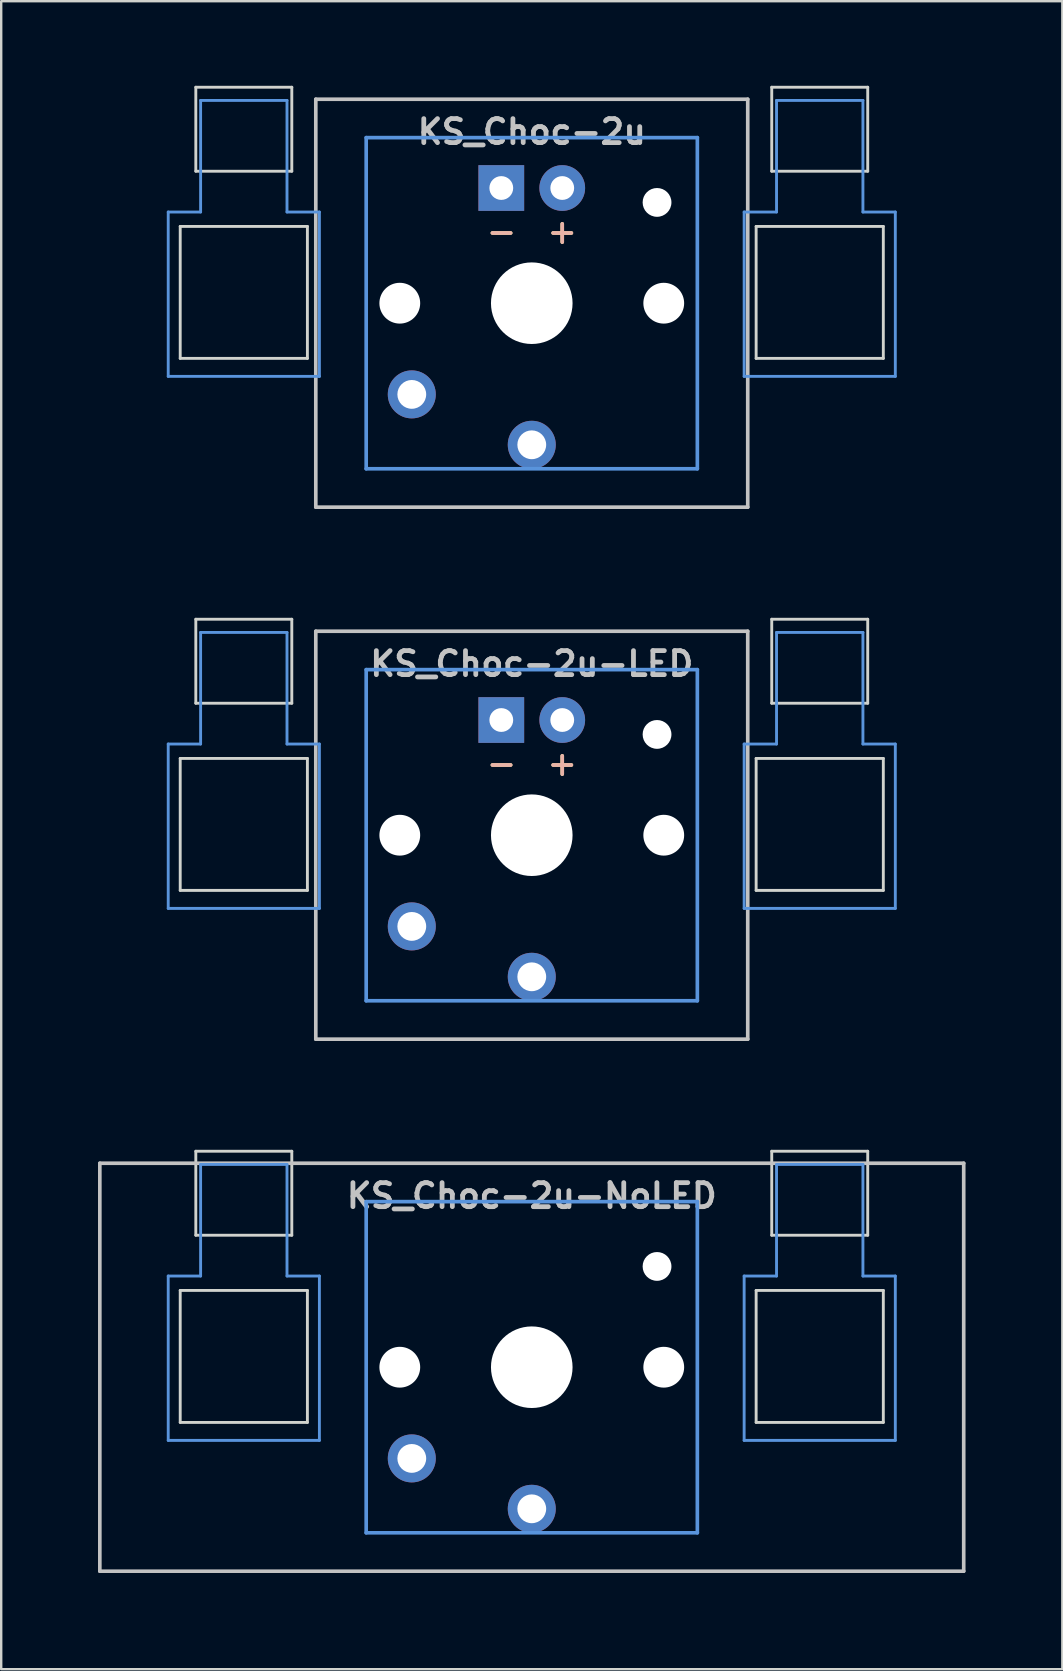
<source format=kicad_pcb>
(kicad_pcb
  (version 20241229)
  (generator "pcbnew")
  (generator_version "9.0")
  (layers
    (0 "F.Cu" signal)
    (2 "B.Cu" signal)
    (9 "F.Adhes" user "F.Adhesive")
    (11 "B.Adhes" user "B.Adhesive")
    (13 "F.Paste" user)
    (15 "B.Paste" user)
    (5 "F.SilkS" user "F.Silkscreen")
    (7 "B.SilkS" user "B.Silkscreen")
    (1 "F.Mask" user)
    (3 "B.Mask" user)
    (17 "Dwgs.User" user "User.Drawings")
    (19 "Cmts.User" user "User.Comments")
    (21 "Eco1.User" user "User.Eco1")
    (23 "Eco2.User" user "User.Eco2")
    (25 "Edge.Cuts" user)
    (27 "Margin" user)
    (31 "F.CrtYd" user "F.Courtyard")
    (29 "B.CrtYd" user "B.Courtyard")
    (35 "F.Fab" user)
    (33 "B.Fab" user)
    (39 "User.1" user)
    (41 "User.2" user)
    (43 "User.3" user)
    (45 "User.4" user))
  (footprint "KS_Choc-2u-LED"
    (layer "F.Cu")
    (at 19.11 31.755)
    (property "Reference" "KS_Choc-2u-LED" (at 0 -7.144 180) (layer "Dwgs.User") (effects (font (size 1 1) (thickness 0.2))))
    (attr through_hole)
    (fp_line (start -9 -8.5) (end 9 -8.5) (stroke (width 0.152) (type solid)) (layer "Dwgs.User"))
    (fp_line (start -9 8.5) (end -9 -8.5) (stroke (width 0.152) (type solid)) (layer "Dwgs.User"))
    (fp_line (start 9 -8.5) (end 9 8.5) (stroke (width 0.152) (type solid)) (layer "Dwgs.User"))
    (fp_line (start 9 8.5) (end -9 8.5) (stroke (width 0.152) (type solid)) (layer "Dwgs.User"))
    (fp_line (start -15.15 -3.8) (end -13.8 -3.8) (stroke (width 0.12) (type solid)) (layer "Cmts.User"))
    (fp_line (start -15.15 3.05) (end -15.15 -3.8) (stroke (width 0.12) (type solid)) (layer "Cmts.User"))
    (fp_line (start -15.15 3.05) (end -8.85 3.05) (stroke (width 0.12) (type solid)) (layer "Cmts.User"))
    (fp_line (start -13.8 -8.45) (end -13.8 -3.8) (stroke (width 0.12) (type solid)) (layer "Cmts.User"))
    (fp_line (start -13.8 -8.45) (end -10.2 -8.45) (stroke (width 0.12) (type solid)) (layer "Cmts.User"))
    (fp_line (start -10.2 -8.45) (end -10.2 -3.8) (stroke (width 0.12) (type solid)) (layer "Cmts.User"))
    (fp_line (start -10.2 -3.8) (end -8.85 -3.8) (stroke (width 0.12) (type solid)) (layer "Cmts.User"))
    (fp_line (start -8.85 3.05) (end -8.85 -3.8) (stroke (width 0.12) (type solid)) (layer "Cmts.User"))
    (fp_line (start -6.9 -6.9) (end 6.9 -6.9) (stroke (width 0.152) (type solid)) (layer "Cmts.User"))
    (fp_line (start -6.9 6.9) (end -6.9 -6.9) (stroke (width 0.152) (type solid)) (layer "Cmts.User"))
    (fp_line (start 6.9 -6.9) (end 6.9 6.9) (stroke (width 0.152) (type solid)) (layer "Cmts.User"))
    (fp_line (start 6.9 6.9) (end -6.9 6.9) (stroke (width 0.152) (type solid)) (layer "Cmts.User"))
    (fp_line (start 8.85 -3.8) (end 10.2 -3.8) (stroke (width 0.12) (type solid)) (layer "Cmts.User"))
    (fp_line (start 8.85 3.05) (end 8.85 -3.8) (stroke (width 0.12) (type solid)) (layer "Cmts.User"))
    (fp_line (start 8.85 3.05) (end 15.15 3.05) (stroke (width 0.12) (type solid)) (layer "Cmts.User"))
    (fp_line (start 10.2 -8.45) (end 10.2 -3.8) (stroke (width 0.12) (type solid)) (layer "Cmts.User"))
    (fp_line (start 10.2 -8.45) (end 13.8 -8.45) (stroke (width 0.12) (type solid)) (layer "Cmts.User"))
    (fp_line (start 13.8 -8.45) (end 13.8 -3.8) (stroke (width 0.12) (type solid)) (layer "Cmts.User"))
    (fp_line (start 13.8 -3.8) (end 15.15 -3.8) (stroke (width 0.12) (type solid)) (layer "Cmts.User"))
    (fp_line (start 15.15 3.05) (end 15.15 -3.8) (stroke (width 0.12) (type solid)) (layer "Cmts.User"))
    (fp_line (start -19.05 -9.525) (end -19.05 9.525) (stroke (width 0.12) (type solid)) (layer "Eco1.User"))
    (fp_line (start -19.05 -9.525) (end 19.05 -9.525) (stroke (width 0.12) (type solid)) (layer "Eco1.User"))
    (fp_line (start -19.05 9.525) (end 19.05 9.525) (stroke (width 0.12) (type solid)) (layer "Eco1.User"))
    (fp_line (start 19.05 -9.525) (end 19.05 9.525) (stroke (width 0.12) (type solid)) (layer "Eco1.User"))
    (fp_line (start -7.5 -7.5) (end 7.5 -7.5) (stroke (width 0.152) (type solid)) (layer "Eco2.User"))
    (fp_line (start -7.5 7.5) (end -7.5 -7.5) (stroke (width 0.152) (type solid)) (layer "Eco2.User"))
    (fp_line (start 7.5 -7.5) (end 7.5 7.5) (stroke (width 0.152) (type solid)) (layer "Eco2.User"))
    (fp_line (start 7.5 7.5) (end -7.5 7.5) (stroke (width 0.152) (type solid)) (layer "Eco2.User"))
    (fp_line (start -14.65 -3.2) (end -14.65 2.3) (stroke (width 0.12) (type solid)) (layer "Edge.Cuts"))
    (fp_line (start -14.65 -3.2) (end -9.35 -3.2) (stroke (width 0.12) (type solid)) (layer "Edge.Cuts"))
    (fp_line (start -14.65 2.3) (end -9.35 2.3) (stroke (width 0.12) (type solid)) (layer "Edge.Cuts"))
    (fp_line (start -14 -9) (end -14 -5.5) (stroke (width 0.12) (type solid)) (layer "Edge.Cuts"))
    (fp_line (start -14 -9) (end -10 -9) (stroke (width 0.12) (type solid)) (layer "Edge.Cuts"))
    (fp_line (start -14 -5.5) (end -10 -5.5) (stroke (width 0.12) (type solid)) (layer "Edge.Cuts"))
    (fp_line (start -10 -5.5) (end -10 -9) (stroke (width 0.12) (type solid)) (layer "Edge.Cuts"))
    (fp_line (start -9.35 2.3) (end -9.35 -3.2) (stroke (width 0.12) (type solid)) (layer "Edge.Cuts"))
    (fp_line (start 9.35 -3.2) (end 9.35 2.3) (stroke (width 0.12) (type solid)) (layer "Edge.Cuts"))
    (fp_line (start 9.35 -3.2) (end 14.65 -3.2) (stroke (width 0.12) (type solid)) (layer "Edge.Cuts"))
    (fp_line (start 9.35 2.3) (end 14.65 2.3) (stroke (width 0.12) (type solid)) (layer "Edge.Cuts"))
    (fp_line (start 10 -9) (end 10 -5.5) (stroke (width 0.12) (type solid)) (layer "Edge.Cuts"))
    (fp_line (start 10 -9) (end 14 -9) (stroke (width 0.12) (type solid)) (layer "Edge.Cuts"))
    (fp_line (start 10 -5.5) (end 14 -5.5) (stroke (width 0.12) (type solid)) (layer "Edge.Cuts"))
    (fp_line (start 14 -5.5) (end 14 -9) (stroke (width 0.12) (type solid)) (layer "Edge.Cuts"))
    (fp_line (start 14.65 2.3) (end 14.65 -3.2) (stroke (width 0.12) (type solid)) (layer "Edge.Cuts"))
    (fp_text user "+" (at 1.27 -3 180) (layer "F.SilkS") (effects (font (size 1 1) (thickness 0.15))))
    (fp_text user "-" (at -1.26 -3 180) (layer "F.SilkS") (effects (font (size 1 1) (thickness 0.15))))
    (fp_text user "+" (at 1.27 -3 180) (layer "B.SilkS") (effects (font (size 1 1) (thickness 0.15)) (justify mirror)))
    (fp_text user "-" (at -1.26 -3 180) (layer "B.SilkS") (effects (font (size 1 1) (thickness 0.15)) (justify mirror)))
    (pad "" np_thru_hole circle (at -5.5 0 180) (size 1.7 1.7) (drill 1.7) (layers "*.Cu" "*.Mask"))
    (pad "" np_thru_hole circle (at 0 0 180) (size 3.4 3.4) (drill 3.4) (layers "*.Cu" "*.Mask"))
    (pad "" np_thru_hole circle (at 5.22 -4.2 180) (size 1.2 1.2) (drill 1.2) (layers "*.Cu" "*.Mask"))
    (pad "" np_thru_hole circle (at 5.5 0 180) (size 1.7 1.7) (drill 1.7) (layers "*.Cu" "*.Mask"))
    (pad "1" thru_hole circle (at 0 5.9 180) (size 2 2) (drill 1.2) (layers "*.Cu" "*.Mask"))
    (pad "2" thru_hole circle (at -5 3.8 41.9) (size 2 2) (drill 1.2) (layers "*.Cu" "*.Mask"))
    (pad "3" thru_hole circle (at 1.27 -4.8 180) (size 1.905 1.905) (drill 0.991) (layers "*.Cu" "*.Mask"))
    (pad "4" thru_hole rect (at -1.27 -4.8 180) (size 1.905 1.905) (drill 0.991) (layers "*.Cu" "*.Mask")))
  (footprint "KS_Choc-2u"
    (layer "F.Cu")
    (at 19.11 9.585)
    (property "Reference" "KS_Choc-2u" (at 0 -7.144 180) (layer "Dwgs.User") (effects (font (size 1 1) (thickness 0.2))))
    (attr through_hole)
    (fp_line (start -9 -8.5) (end 9 -8.5) (stroke (width 0.152) (type solid)) (layer "Dwgs.User"))
    (fp_line (start -9 8.5) (end -9 -8.5) (stroke (width 0.152) (type solid)) (layer "Dwgs.User"))
    (fp_line (start 9 -8.5) (end 9 8.5) (stroke (width 0.152) (type solid)) (layer "Dwgs.User"))
    (fp_line (start 9 8.5) (end -9 8.5) (stroke (width 0.152) (type solid)) (layer "Dwgs.User"))
    (fp_line (start -15.15 -3.8) (end -13.8 -3.8) (stroke (width 0.12) (type solid)) (layer "Cmts.User"))
    (fp_line (start -15.15 3.05) (end -15.15 -3.8) (stroke (width 0.12) (type solid)) (layer "Cmts.User"))
    (fp_line (start -15.15 3.05) (end -8.85 3.05) (stroke (width 0.12) (type solid)) (layer "Cmts.User"))
    (fp_line (start -13.8 -8.45) (end -13.8 -3.8) (stroke (width 0.12) (type solid)) (layer "Cmts.User"))
    (fp_line (start -13.8 -8.45) (end -10.2 -8.45) (stroke (width 0.12) (type solid)) (layer "Cmts.User"))
    (fp_line (start -10.2 -8.45) (end -10.2 -3.8) (stroke (width 0.12) (type solid)) (layer "Cmts.User"))
    (fp_line (start -10.2 -3.8) (end -8.85 -3.8) (stroke (width 0.12) (type solid)) (layer "Cmts.User"))
    (fp_line (start -8.85 3.05) (end -8.85 -3.8) (stroke (width 0.12) (type solid)) (layer "Cmts.User"))
    (fp_line (start -6.9 -6.9) (end 6.9 -6.9) (stroke (width 0.152) (type solid)) (layer "Cmts.User"))
    (fp_line (start -6.9 6.9) (end -6.9 -6.9) (stroke (width 0.152) (type solid)) (layer "Cmts.User"))
    (fp_line (start 6.9 -6.9) (end 6.9 6.9) (stroke (width 0.152) (type solid)) (layer "Cmts.User"))
    (fp_line (start 6.9 6.9) (end -6.9 6.9) (stroke (width 0.152) (type solid)) (layer "Cmts.User"))
    (fp_line (start 8.85 -3.8) (end 10.2 -3.8) (stroke (width 0.12) (type solid)) (layer "Cmts.User"))
    (fp_line (start 8.85 3.05) (end 8.85 -3.8) (stroke (width 0.12) (type solid)) (layer "Cmts.User"))
    (fp_line (start 8.85 3.05) (end 15.15 3.05) (stroke (width 0.12) (type solid)) (layer "Cmts.User"))
    (fp_line (start 10.2 -8.45) (end 10.2 -3.8) (stroke (width 0.12) (type solid)) (layer "Cmts.User"))
    (fp_line (start 10.2 -8.45) (end 13.8 -8.45) (stroke (width 0.12) (type solid)) (layer "Cmts.User"))
    (fp_line (start 13.8 -8.45) (end 13.8 -3.8) (stroke (width 0.12) (type solid)) (layer "Cmts.User"))
    (fp_line (start 13.8 -3.8) (end 15.15 -3.8) (stroke (width 0.12) (type solid)) (layer "Cmts.User"))
    (fp_line (start 15.15 3.05) (end 15.15 -3.8) (stroke (width 0.12) (type solid)) (layer "Cmts.User"))
    (fp_line (start -19.05 -9.525) (end -19.05 9.525) (stroke (width 0.12) (type solid)) (layer "Eco1.User"))
    (fp_line (start -19.05 -9.525) (end 19.05 -9.525) (stroke (width 0.12) (type solid)) (layer "Eco1.User"))
    (fp_line (start -19.05 9.525) (end 19.05 9.525) (stroke (width 0.12) (type solid)) (layer "Eco1.User"))
    (fp_line (start 19.05 -9.525) (end 19.05 9.525) (stroke (width 0.12) (type solid)) (layer "Eco1.User"))
    (fp_line (start -7.5 -7.5) (end 7.5 -7.5) (stroke (width 0.152) (type solid)) (layer "Eco2.User"))
    (fp_line (start -7.5 7.5) (end -7.5 -7.5) (stroke (width 0.152) (type solid)) (layer "Eco2.User"))
    (fp_line (start 7.5 -7.5) (end 7.5 7.5) (stroke (width 0.152) (type solid)) (layer "Eco2.User"))
    (fp_line (start 7.5 7.5) (end -7.5 7.5) (stroke (width 0.152) (type solid)) (layer "Eco2.User"))
    (fp_line (start -14.65 -3.2) (end -14.65 2.3) (stroke (width 0.12) (type solid)) (layer "Edge.Cuts"))
    (fp_line (start -14.65 -3.2) (end -9.35 -3.2) (stroke (width 0.12) (type solid)) (layer "Edge.Cuts"))
    (fp_line (start -14.65 2.3) (end -9.35 2.3) (stroke (width 0.12) (type solid)) (layer "Edge.Cuts"))
    (fp_line (start -14 -9) (end -14 -5.5) (stroke (width 0.12) (type solid)) (layer "Edge.Cuts"))
    (fp_line (start -14 -9) (end -10 -9) (stroke (width 0.12) (type solid)) (layer "Edge.Cuts"))
    (fp_line (start -14 -5.5) (end -10 -5.5) (stroke (width 0.12) (type solid)) (layer "Edge.Cuts"))
    (fp_line (start -10 -5.5) (end -10 -9) (stroke (width 0.12) (type solid)) (layer "Edge.Cuts"))
    (fp_line (start -9.35 2.3) (end -9.35 -3.2) (stroke (width 0.12) (type solid)) (layer "Edge.Cuts"))
    (fp_line (start 9.35 -3.2) (end 9.35 2.3) (stroke (width 0.12) (type solid)) (layer "Edge.Cuts"))
    (fp_line (start 9.35 -3.2) (end 14.65 -3.2) (stroke (width 0.12) (type solid)) (layer "Edge.Cuts"))
    (fp_line (start 9.35 2.3) (end 14.65 2.3) (stroke (width 0.12) (type solid)) (layer "Edge.Cuts"))
    (fp_line (start 10 -9) (end 10 -5.5) (stroke (width 0.12) (type solid)) (layer "Edge.Cuts"))
    (fp_line (start 10 -9) (end 14 -9) (stroke (width 0.12) (type solid)) (layer "Edge.Cuts"))
    (fp_line (start 10 -5.5) (end 14 -5.5) (stroke (width 0.12) (type solid)) (layer "Edge.Cuts"))
    (fp_line (start 14 -5.5) (end 14 -9) (stroke (width 0.12) (type solid)) (layer "Edge.Cuts"))
    (fp_line (start 14.65 2.3) (end 14.65 -3.2) (stroke (width 0.12) (type solid)) (layer "Edge.Cuts"))
    (fp_text user "+" (at 1.27 -3 180) (layer "F.SilkS") (effects (font (size 1 1) (thickness 0.15))))
    (fp_text user "-" (at -1.26 -3 180) (layer "F.SilkS") (effects (font (size 1 1) (thickness 0.15))))
    (fp_text user "-" (at -1.26 -3 180) (layer "B.SilkS") (effects (font (size 1 1) (thickness 0.15)) (justify mirror)))
    (fp_text user "+" (at 1.27 -3 180) (layer "B.SilkS") (effects (font (size 1 1) (thickness 0.15)) (justify mirror)))
    (pad "" np_thru_hole circle (at -5.5 0 180) (size 1.7 1.7) (drill 1.7) (layers "*.Cu" "*.Mask"))
    (pad "" np_thru_hole circle (at 0 0 180) (size 3.4 3.4) (drill 3.4) (layers "*.Cu" "*.Mask"))
    (pad "" np_thru_hole circle (at 5.22 -4.2 180) (size 1.2 1.2) (drill 1.2) (layers "*.Cu" "*.Mask"))
    (pad "" np_thru_hole circle (at 5.5 0 180) (size 1.7 1.7) (drill 1.7) (layers "*.Cu" "*.Mask"))
    (pad "1" thru_hole circle (at 0 5.9 180) (size 2 2) (drill 1.2) (layers "*.Cu" "*.Mask"))
    (pad "2" thru_hole circle (at -5 3.8 41.9) (size 2 2) (drill 1.2) (layers "*.Cu" "*.Mask"))
    (pad "3" thru_hole circle (at 1.27 -4.8 180) (size 1.905 1.905) (drill 0.991) (layers "*.Cu" "*.Mask"))
    (pad "4" thru_hole rect (at -1.27 -4.8 180) (size 1.905 1.905) (drill 0.991) (layers "*.Cu" "*.Mask")))
  (footprint "KS_Choc-2u-NoLED"
    (layer "F.Cu")
    (at 19.11 53.925)
    (property "Reference" "KS_Choc-2u-NoLED" (at 0 -7.144 180) (layer "Dwgs.User") (effects (font (size 1 1) (thickness 0.2))))
    (attr through_hole)
    (fp_line (start -18 -8.5) (end 18 -8.5) (stroke (width 0.152) (type solid)) (layer "Dwgs.User"))
    (fp_line (start -18 8.5) (end -18 -8.5) (stroke (width 0.152) (type solid)) (layer "Dwgs.User"))
    (fp_line (start 18 -8.5) (end 18 8.5) (stroke (width 0.152) (type solid)) (layer "Dwgs.User"))
    (fp_line (start 18 8.5) (end -18 8.5) (stroke (width 0.152) (type solid)) (layer "Dwgs.User"))
    (fp_line (start -15.15 -3.8) (end -13.8 -3.8) (stroke (width 0.12) (type solid)) (layer "Cmts.User"))
    (fp_line (start -15.15 3.05) (end -15.15 -3.8) (stroke (width 0.12) (type solid)) (layer "Cmts.User"))
    (fp_line (start -15.15 3.05) (end -8.85 3.05) (stroke (width 0.12) (type solid)) (layer "Cmts.User"))
    (fp_line (start -13.8 -8.45) (end -13.8 -3.8) (stroke (width 0.12) (type solid)) (layer "Cmts.User"))
    (fp_line (start -13.8 -8.45) (end -10.2 -8.45) (stroke (width 0.12) (type solid)) (layer "Cmts.User"))
    (fp_line (start -10.2 -8.45) (end -10.2 -3.8) (stroke (width 0.12) (type solid)) (layer "Cmts.User"))
    (fp_line (start -10.2 -3.8) (end -8.85 -3.8) (stroke (width 0.12) (type solid)) (layer "Cmts.User"))
    (fp_line (start -8.85 3.05) (end -8.85 -3.8) (stroke (width 0.12) (type solid)) (layer "Cmts.User"))
    (fp_line (start -6.9 -6.9) (end 6.9 -6.9) (stroke (width 0.152) (type solid)) (layer "Cmts.User"))
    (fp_line (start -6.9 6.9) (end -6.9 -6.9) (stroke (width 0.152) (type solid)) (layer "Cmts.User"))
    (fp_line (start 6.9 -6.9) (end 6.9 6.9) (stroke (width 0.152) (type solid)) (layer "Cmts.User"))
    (fp_line (start 6.9 6.9) (end -6.9 6.9) (stroke (width 0.152) (type solid)) (layer "Cmts.User"))
    (fp_line (start 8.85 -3.8) (end 10.2 -3.8) (stroke (width 0.12) (type solid)) (layer "Cmts.User"))
    (fp_line (start 8.85 3.05) (end 8.85 -3.8) (stroke (width 0.12) (type solid)) (layer "Cmts.User"))
    (fp_line (start 8.85 3.05) (end 15.15 3.05) (stroke (width 0.12) (type solid)) (layer "Cmts.User"))
    (fp_line (start 10.2 -8.45) (end 10.2 -3.8) (stroke (width 0.12) (type solid)) (layer "Cmts.User"))
    (fp_line (start 10.2 -8.45) (end 13.8 -8.45) (stroke (width 0.12) (type solid)) (layer "Cmts.User"))
    (fp_line (start 13.8 -8.45) (end 13.8 -3.8) (stroke (width 0.12) (type solid)) (layer "Cmts.User"))
    (fp_line (start 13.8 -3.8) (end 15.15 -3.8) (stroke (width 0.12) (type solid)) (layer "Cmts.User"))
    (fp_line (start 15.15 3.05) (end 15.15 -3.8) (stroke (width 0.12) (type solid)) (layer "Cmts.User"))
    (fp_line (start -19.05 -9.525) (end -19.05 9.525) (stroke (width 0.12) (type solid)) (layer "Eco1.User"))
    (fp_line (start -19.05 -9.525) (end 19.05 -9.525) (stroke (width 0.12) (type solid)) (layer "Eco1.User"))
    (fp_line (start -19.05 9.525) (end 19.05 9.525) (stroke (width 0.12) (type solid)) (layer "Eco1.User"))
    (fp_line (start 19.05 -9.525) (end 19.05 9.525) (stroke (width 0.12) (type solid)) (layer "Eco1.User"))
    (fp_line (start -7.5 -7.5) (end 7.5 -7.5) (stroke (width 0.152) (type solid)) (layer "Eco2.User"))
    (fp_line (start -7.5 7.5) (end -7.5 -7.5) (stroke (width 0.152) (type solid)) (layer "Eco2.User"))
    (fp_line (start 7.5 -7.5) (end 7.5 7.5) (stroke (width 0.152) (type solid)) (layer "Eco2.User"))
    (fp_line (start 7.5 7.5) (end -7.5 7.5) (stroke (width 0.152) (type solid)) (layer "Eco2.User"))
    (fp_line (start -14.65 -3.2) (end -14.65 2.3) (stroke (width 0.12) (type solid)) (layer "Edge.Cuts"))
    (fp_line (start -14.65 -3.2) (end -9.35 -3.2) (stroke (width 0.12) (type solid)) (layer "Edge.Cuts"))
    (fp_line (start -14.65 2.3) (end -9.35 2.3) (stroke (width 0.12) (type solid)) (layer "Edge.Cuts"))
    (fp_line (start -14 -9) (end -14 -5.5) (stroke (width 0.12) (type solid)) (layer "Edge.Cuts"))
    (fp_line (start -14 -9) (end -10 -9) (stroke (width 0.12) (type solid)) (layer "Edge.Cuts"))
    (fp_line (start -14 -5.5) (end -10 -5.5) (stroke (width 0.12) (type solid)) (layer "Edge.Cuts"))
    (fp_line (start -10 -5.5) (end -10 -9) (stroke (width 0.12) (type solid)) (layer "Edge.Cuts"))
    (fp_line (start -9.35 2.3) (end -9.35 -3.2) (stroke (width 0.12) (type solid)) (layer "Edge.Cuts"))
    (fp_line (start 9.35 -3.2) (end 9.35 2.3) (stroke (width 0.12) (type solid)) (layer "Edge.Cuts"))
    (fp_line (start 9.35 -3.2) (end 14.65 -3.2) (stroke (width 0.12) (type solid)) (layer "Edge.Cuts"))
    (fp_line (start 9.35 2.3) (end 14.65 2.3) (stroke (width 0.12) (type solid)) (layer "Edge.Cuts"))
    (fp_line (start 10 -9) (end 10 -5.5) (stroke (width 0.12) (type solid)) (layer "Edge.Cuts"))
    (fp_line (start 10 -9) (end 14 -9) (stroke (width 0.12) (type solid)) (layer "Edge.Cuts"))
    (fp_line (start 10 -5.5) (end 14 -5.5) (stroke (width 0.12) (type solid)) (layer "Edge.Cuts"))
    (fp_line (start 14 -5.5) (end 14 -9) (stroke (width 0.12) (type solid)) (layer "Edge.Cuts"))
    (fp_line (start 14.65 2.3) (end 14.65 -3.2) (stroke (width 0.12) (type solid)) (layer "Edge.Cuts"))
    (pad "" np_thru_hole circle (at -5.5 0 180) (size 1.7 1.7) (drill 1.7) (layers "*.Cu" "*.Mask"))
    (pad "" np_thru_hole circle (at 0 0 180) (size 3.4 3.4) (drill 3.4) (layers "*.Cu" "*.Mask"))
    (pad "" np_thru_hole circle (at 5.22 -4.2 180) (size 1.2 1.2) (drill 1.2) (layers "*.Cu" "*.Mask"))
    (pad "" np_thru_hole circle (at 5.5 0 180) (size 1.7 1.7) (drill 1.7) (layers "*.Cu" "*.Mask"))
    (pad "1" thru_hole circle (at 0 5.9 180) (size 2 2) (drill 1.2) (layers "*.Cu" "*.Mask"))
    (pad "2" thru_hole circle (at -5 3.8 41.9) (size 2 2) (drill 1.2) (layers "*.Cu" "*.Mask")))
  (gr_rect
    (start -3 -3)
    (end 41.22 66.51)
    (stroke (width 0.1) (type default))
    (fill no)
    (layer "Edge.Cuts")))
</source>
